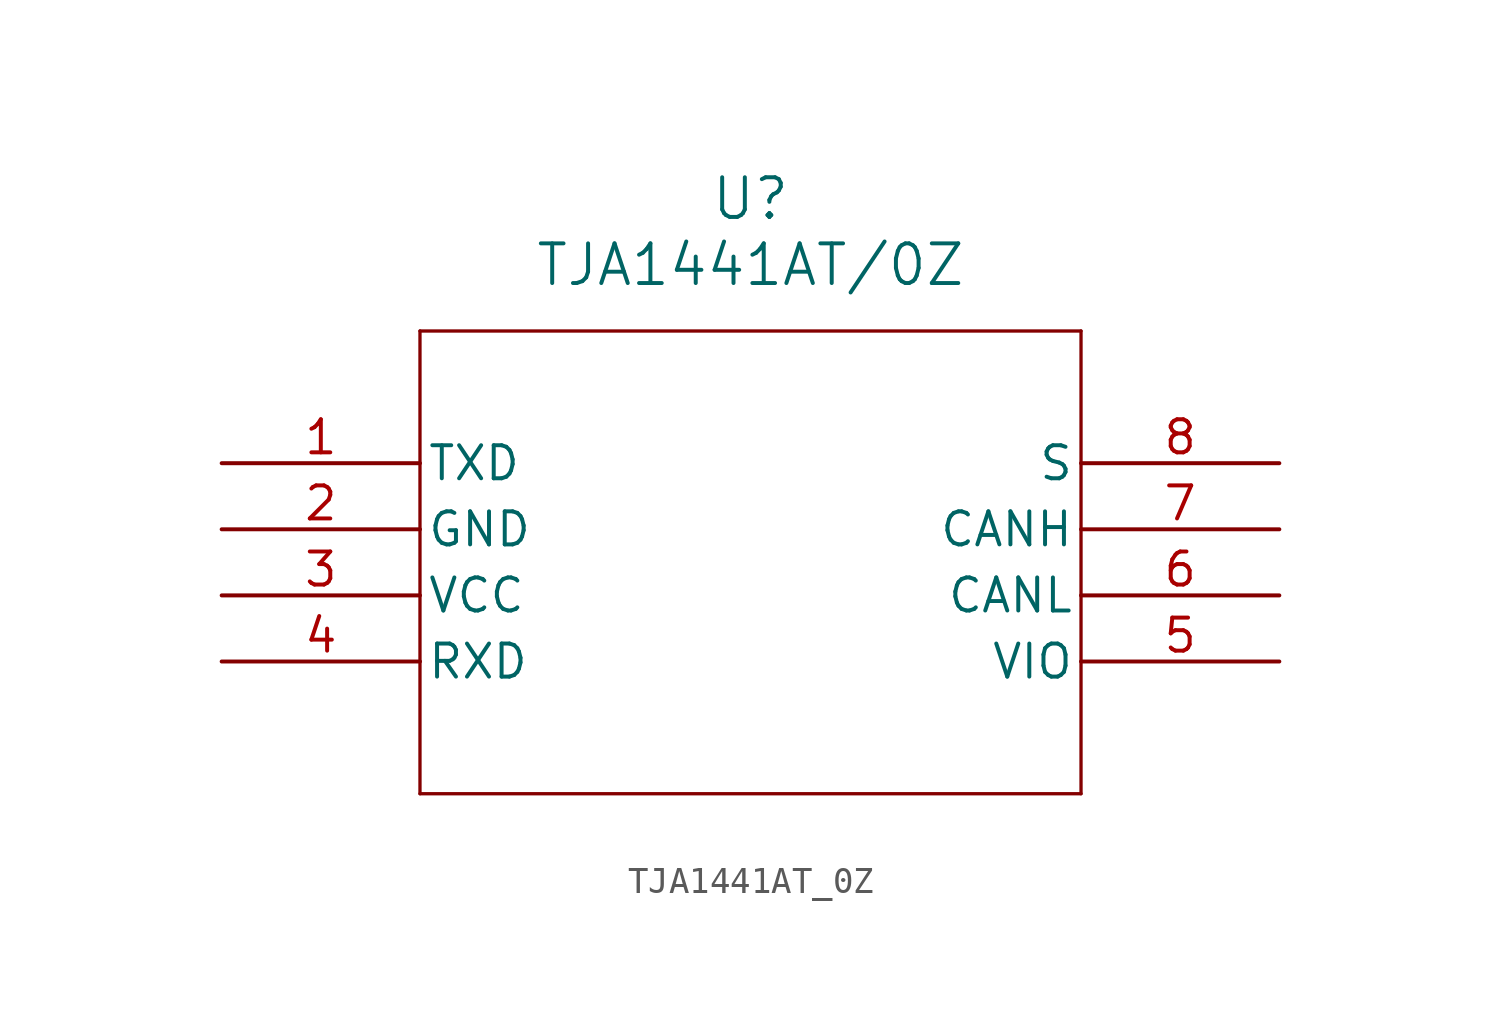
<source format=kicad_sym>
(kicad_symbol_lib
  (version 20211014)
  (generator kicad_symbol_editor)
  (symbol "TJA1441AT_0Z"
    (pin_names
      (offset 0.254))
    (property "Reference" "U"
      (at 20.32 10.16 0)
      (effects (font (size 1.524 1.524))))
    (property "Value" "TJA1441AT/0Z"
      (at 20.32 7.62 0)
      (effects (font (size 1.524 1.524))))
    (symbol "TJA1441AT_0Z_0_1"
      (polyline (pts (xy 7.62 5.08) (xy 7.62 -12.7)) (stroke (width 0.127) (type default) (color 0 0 0 0)) (fill (type none)))
      (polyline (pts (xy 7.62 -12.7) (xy 33.02 -12.7)) (stroke (width 0.127) (type default) (color 0 0 0 0)) (fill (type none)))
      (polyline (pts (xy 33.02 -12.7) (xy 33.02 5.08)) (stroke (width 0.127) (type default) (color 0 0 0 0)) (fill (type none)))
      (polyline (pts (xy 33.02 5.08) (xy 7.62 5.08)) (stroke (width 0.127) (type default) (color 0 0 0 0)) (fill (type none)))
      (pin input line (at 0 0 0) (length 7.62) (name "TXD" (effects (font (size 1.27 1.27)))) (number "1" (effects (font (size 1.27 1.27)))))
      (pin power_out line (at 0 -2.54 0) (length 7.62) (name "GND" (effects (font (size 1.27 1.27)))) (number "2" (effects (font (size 1.27 1.27)))))
      (pin power_in line (at 0 -5.08 0) (length 7.62) (name "VCC" (effects (font (size 1.27 1.27)))) (number "3" (effects (font (size 1.27 1.27)))))
      (pin output line (at 0 -7.62 0) (length 7.62) (name "RXD" (effects (font (size 1.27 1.27)))) (number "4" (effects (font (size 1.27 1.27)))))
      (pin power_in line (at 40.64 -7.62 180) (length 7.62) (name "VIO" (effects (font (size 1.27 1.27)))) (number "5" (effects (font (size 1.27 1.27)))))
      (pin unspecified line (at 40.64 -5.08 180) (length 7.62) (name "CANL" (effects (font (size 1.27 1.27)))) (number "6" (effects (font (size 1.27 1.27)))))
      (pin unspecified line (at 40.64 -2.54 180) (length 7.62) (name "CANH" (effects (font (size 1.27 1.27)))) (number "7" (effects (font (size 1.27 1.27)))))
      (pin input line (at 40.64 0 180) (length 7.62) (name "S" (effects (font (size 1.27 1.27)))) (number "8" (effects (font (size 1.27 1.27))))))))
</source>
